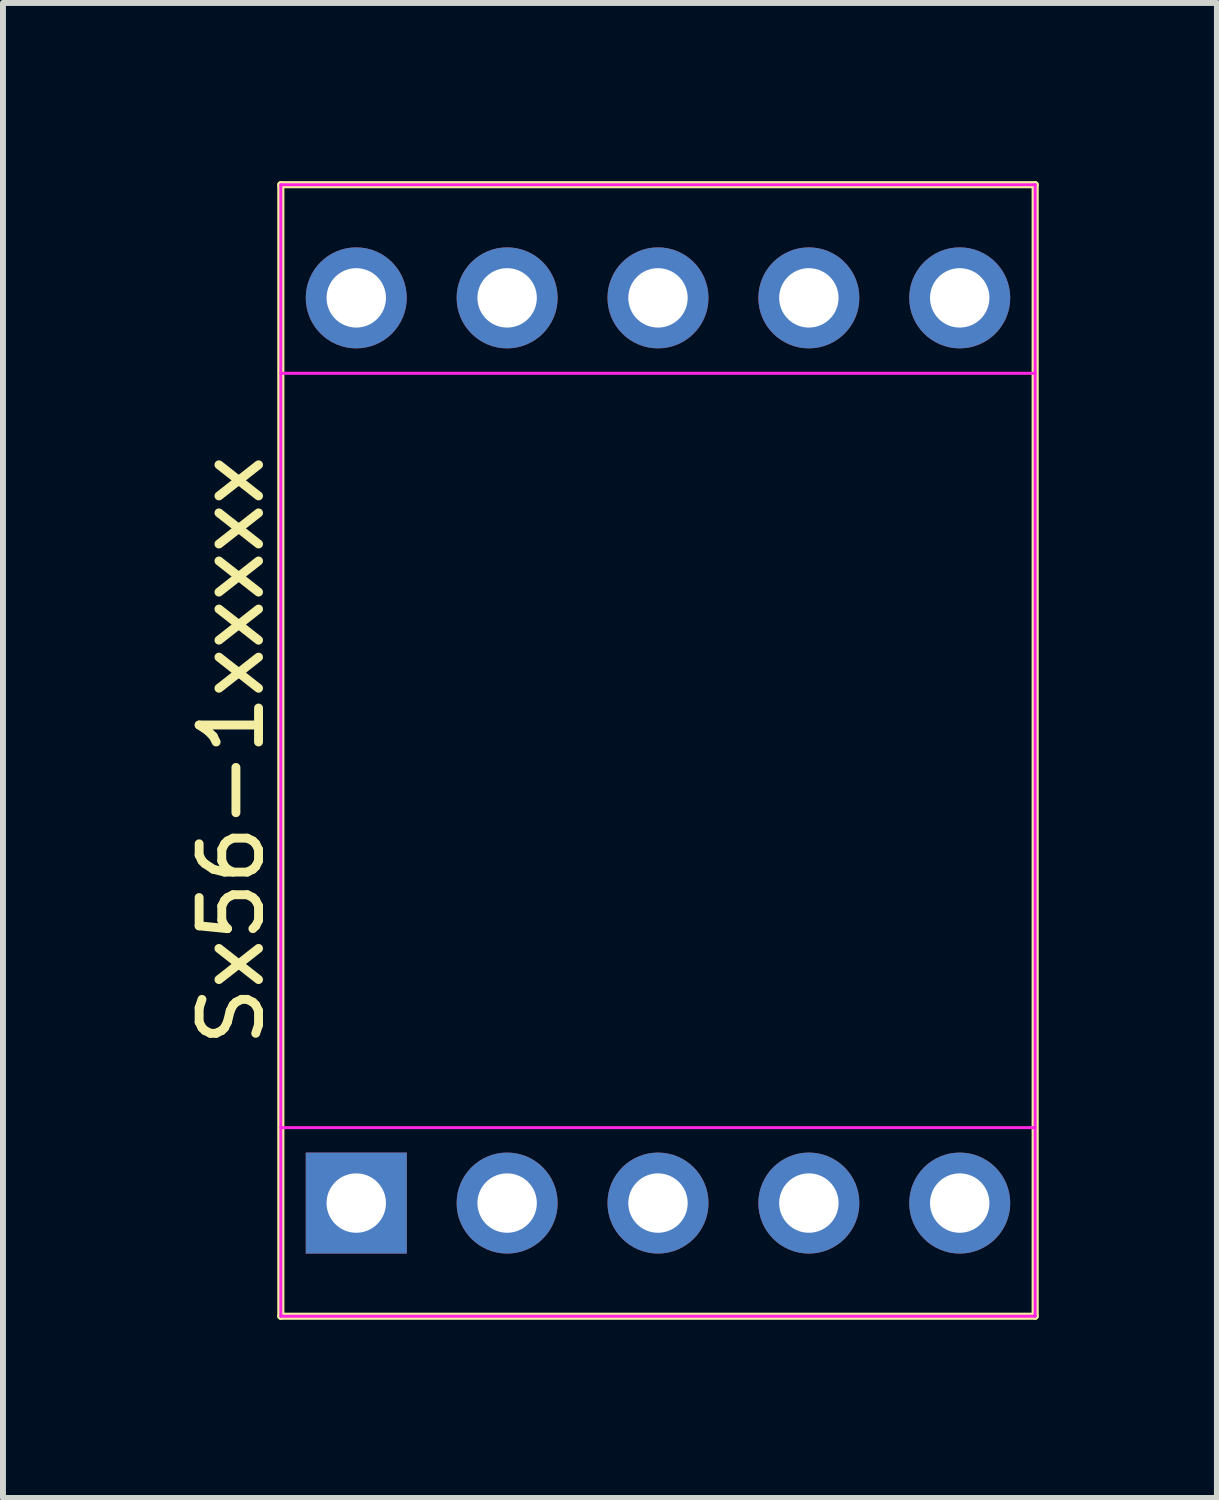
<source format=kicad_pcb>
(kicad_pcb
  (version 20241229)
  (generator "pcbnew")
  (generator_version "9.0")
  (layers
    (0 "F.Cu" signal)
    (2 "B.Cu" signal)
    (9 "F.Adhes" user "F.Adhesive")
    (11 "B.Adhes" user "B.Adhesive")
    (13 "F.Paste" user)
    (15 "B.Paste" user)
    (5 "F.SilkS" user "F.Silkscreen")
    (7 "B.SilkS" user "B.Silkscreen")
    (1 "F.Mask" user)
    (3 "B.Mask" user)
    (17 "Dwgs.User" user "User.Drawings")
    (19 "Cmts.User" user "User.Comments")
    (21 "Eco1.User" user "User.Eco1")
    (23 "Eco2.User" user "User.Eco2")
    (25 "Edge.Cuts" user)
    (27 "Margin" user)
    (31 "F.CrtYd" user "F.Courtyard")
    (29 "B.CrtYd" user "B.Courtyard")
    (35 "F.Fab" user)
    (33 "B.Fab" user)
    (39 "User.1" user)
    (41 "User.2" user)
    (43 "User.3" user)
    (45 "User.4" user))
  (footprint "Sx56-1xxxxx"
    (layer "F.Cu")
    (at 8.028 9.585)
    (property "Reference" "Sx56-1xxxxx" (at -7.18 0 90) (layer "F.SilkS") (effects (font (size 1 1) (thickness 0.15))))
    (attr through_hole)
    (fp_line (start -6.35 9.525) (end 6.35 9.525) (stroke (width 0.12) (type solid)) (layer "F.SilkS"))
    (fp_line (start -6.35 -9.525) (end -6.35 9.525) (stroke (width 0.12) (type solid)) (layer "F.SilkS"))
    (fp_line (start 6.35 9.525) (end 6.35 -9.525) (stroke (width 0.12) (type solid)) (layer "F.SilkS"))
    (fp_line (start 6.35 -9.525) (end -6.35 -9.525) (stroke (width 0.12) (type solid)) (layer "F.SilkS"))
    (fp_line (start -6.35 -9.525) (end 6.35 -9.525) (stroke (width 0.05) (type solid)) (layer "F.CrtYd"))
    (fp_line (start -6.35 -6.35) (end 6.35 -6.35) (stroke (width 0.05) (type solid)) (layer "F.CrtYd"))
    (fp_line (start -6.35 6.35) (end 6.35 6.35) (stroke (width 0.05) (type solid)) (layer "F.CrtYd"))
    (fp_line (start -6.35 9.525) (end -6.35 -9.525) (stroke (width 0.05) (type solid)) (layer "F.CrtYd"))
    (fp_line (start 6.35 -9.525) (end 6.35 9.525) (stroke (width 0.05) (type solid)) (layer "F.CrtYd"))
    (fp_line (start 6.35 9.525) (end -6.35 9.525) (stroke (width 0.05) (type solid)) (layer "F.CrtYd"))
    (pad "1" thru_hole rect (at -5.08 7.62) (size 1.7 1.7) (drill 1) (layers "*.Cu" "*.Mask"))
    (pad "2" thru_hole oval (at -2.54 7.62) (size 1.7 1.7) (drill 1) (layers "*.Cu" "*.Mask"))
    (pad "3" thru_hole oval (at 0 7.62) (size 1.7 1.7) (drill 1) (layers "*.Cu" "*.Mask"))
    (pad "4" thru_hole oval (at 2.54 7.62) (size 1.7 1.7) (drill 1) (layers "*.Cu" "*.Mask"))
    (pad "5" thru_hole oval (at 5.08 7.62) (size 1.7 1.7) (drill 1) (layers "*.Cu" "*.Mask"))
    (pad "6" thru_hole oval (at 5.08 -7.62) (size 1.7 1.7) (drill 1) (layers "*.Cu" "*.Mask"))
    (pad "7" thru_hole oval (at 2.54 -7.62) (size 1.7 1.7) (drill 1) (layers "*.Cu" "*.Mask"))
    (pad "8" thru_hole oval (at 0 -7.62) (size 1.7 1.7) (drill 1) (layers "*.Cu" "*.Mask"))
    (pad "9" thru_hole oval (at -2.54 -7.62) (size 1.7 1.7) (drill 1) (layers "*.Cu" "*.Mask"))
    (pad "10" thru_hole oval (at -5.08 -7.62) (size 1.7 1.7) (drill 1) (layers "*.Cu" "*.Mask")))
  (gr_rect
    (start -3 -3)
    (end 17.438 22.17)
    (stroke (width 0.1) (type default))
    (fill no)
    (layer "Edge.Cuts")))
</source>
